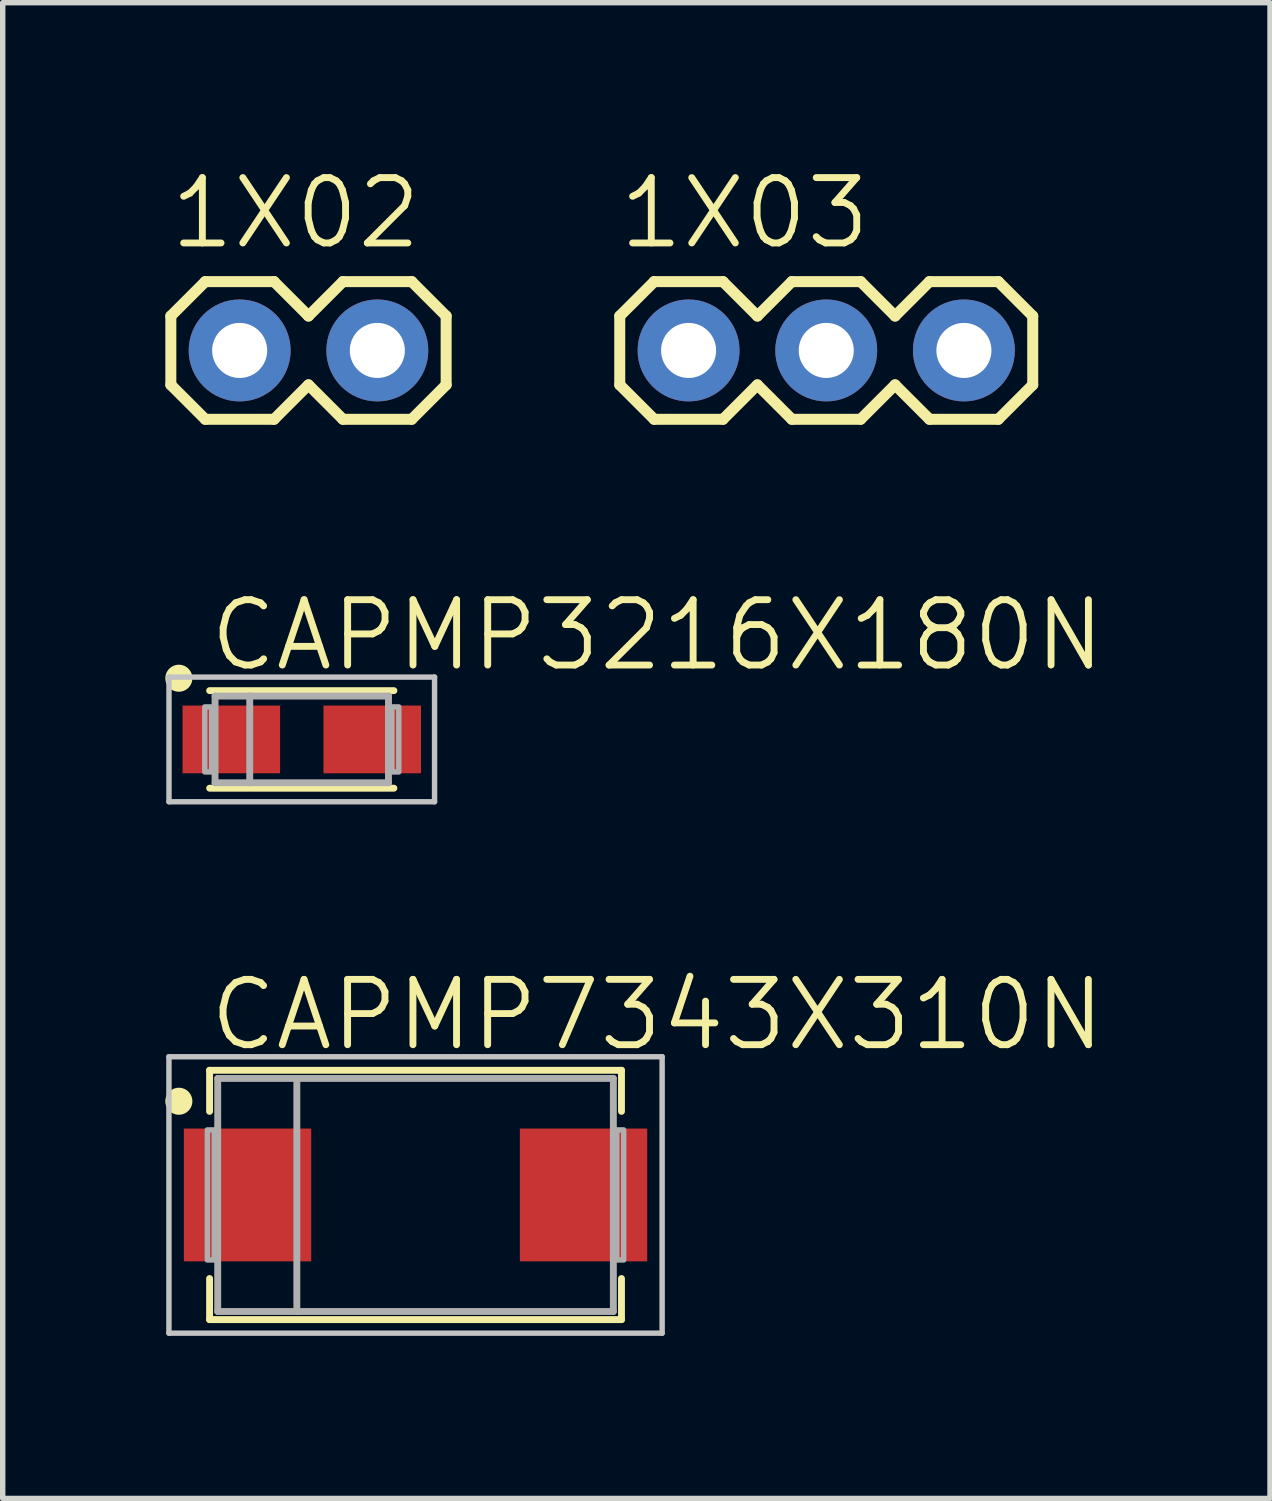
<source format=kicad_pcb>
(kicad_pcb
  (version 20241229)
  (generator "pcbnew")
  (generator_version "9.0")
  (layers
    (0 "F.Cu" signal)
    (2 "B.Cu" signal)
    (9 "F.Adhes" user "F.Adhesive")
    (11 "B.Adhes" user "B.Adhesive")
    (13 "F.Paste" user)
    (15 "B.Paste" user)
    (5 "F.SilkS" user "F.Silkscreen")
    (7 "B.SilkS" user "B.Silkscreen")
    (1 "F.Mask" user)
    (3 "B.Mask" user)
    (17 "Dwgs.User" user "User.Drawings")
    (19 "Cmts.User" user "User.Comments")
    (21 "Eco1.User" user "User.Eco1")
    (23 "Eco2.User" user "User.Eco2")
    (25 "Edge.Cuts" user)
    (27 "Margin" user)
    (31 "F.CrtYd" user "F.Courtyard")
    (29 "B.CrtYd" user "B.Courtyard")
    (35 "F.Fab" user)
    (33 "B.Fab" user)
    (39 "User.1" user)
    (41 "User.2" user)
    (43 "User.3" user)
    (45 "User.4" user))
  (footprint "1X03"
    (layer "F.Cu")
    (at 9.655 3.416)
    (property "Reference" "1X03" (at -1.346 -1.829 0) (layer "F.SilkS") (effects (font (size 1.206 1.206) (thickness 0.127)) (justify left bottom)))
    (attr through_hole)
    (fp_line (start -1.27 -0.635) (end -1.27 0.635) (stroke (width 0.203) (type solid)) (layer "F.SilkS"))
    (fp_line (start -1.27 0.635) (end -0.635 1.27) (stroke (width 0.203) (type solid)) (layer "F.SilkS"))
    (fp_line (start -0.635 -1.27) (end -1.27 -0.635) (stroke (width 0.203) (type solid)) (layer "F.SilkS"))
    (fp_line (start -0.635 -1.27) (end 0.635 -1.27) (stroke (width 0.203) (type solid)) (layer "F.SilkS"))
    (fp_line (start 0.635 -1.27) (end 1.27 -0.635) (stroke (width 0.203) (type solid)) (layer "F.SilkS"))
    (fp_line (start 0.635 1.27) (end -0.635 1.27) (stroke (width 0.203) (type solid)) (layer "F.SilkS"))
    (fp_line (start 1.27 -0.635) (end 1.905 -1.27) (stroke (width 0.203) (type solid)) (layer "F.SilkS"))
    (fp_line (start 1.27 0.635) (end 0.635 1.27) (stroke (width 0.203) (type solid)) (layer "F.SilkS"))
    (fp_line (start 1.905 -1.27) (end 3.175 -1.27) (stroke (width 0.203) (type solid)) (layer "F.SilkS"))
    (fp_line (start 1.905 1.27) (end 1.27 0.635) (stroke (width 0.203) (type solid)) (layer "F.SilkS"))
    (fp_line (start 3.175 -1.27) (end 3.81 -0.635) (stroke (width 0.203) (type solid)) (layer "F.SilkS"))
    (fp_line (start 3.175 1.27) (end 1.905 1.27) (stroke (width 0.203) (type solid)) (layer "F.SilkS"))
    (fp_line (start 3.81 -0.635) (end 4.445 -1.27) (stroke (width 0.203) (type solid)) (layer "F.SilkS"))
    (fp_line (start 3.81 0.635) (end 3.175 1.27) (stroke (width 0.203) (type solid)) (layer "F.SilkS"))
    (fp_line (start 4.445 -1.27) (end 5.715 -1.27) (stroke (width 0.203) (type solid)) (layer "F.SilkS"))
    (fp_line (start 4.445 1.27) (end 3.81 0.635) (stroke (width 0.203) (type solid)) (layer "F.SilkS"))
    (fp_line (start 5.715 -1.27) (end 6.35 -0.635) (stroke (width 0.203) (type solid)) (layer "F.SilkS"))
    (fp_line (start 5.715 1.27) (end 4.445 1.27) (stroke (width 0.203) (type solid)) (layer "F.SilkS"))
    (fp_line (start 6.35 -0.635) (end 6.35 0.635) (stroke (width 0.203) (type solid)) (layer "F.SilkS"))
    (fp_line (start 6.35 0.635) (end 5.715 1.27) (stroke (width 0.203) (type solid)) (layer "F.SilkS"))
    (fp_poly (pts (xy -0.254 0.254) (xy 0.254 0.254) (xy 0.254 -0.254) (xy -0.254 -0.254)) (stroke (width 0.1) (type solid)) (fill no) (layer "F.Fab"))
    (fp_poly (pts (xy 2.286 0.254) (xy 2.794 0.254) (xy 2.794 -0.254) (xy 2.286 -0.254)) (stroke (width 0.1) (type solid)) (fill no) (layer "F.Fab"))
    (fp_poly (pts (xy 4.826 0.254) (xy 5.334 0.254) (xy 5.334 -0.254) (xy 4.826 -0.254)) (stroke (width 0.1) (type solid)) (fill no) (layer "F.Fab"))
    (pad "1" thru_hole circle (at 0 0 90) (size 1.88 1.88) (drill 1.016) (layers "*.Cu" "*.Mask"))
    (pad "2" thru_hole circle (at 2.54 0 90) (size 1.88 1.88) (drill 1.016) (layers "*.Cu" "*.Mask"))
    (pad "3" thru_hole circle (at 5.08 0 90) (size 1.88 1.88) (drill 1.016) (layers "*.Cu" "*.Mask")))
  (footprint "CAPMP7343X310N"
    (layer "F.Cu")
    (at 4.617 18.998)
    (property "Reference" "CAPMP7343X310N" (at -3.864 -2.618 0) (layer "F.SilkS") (effects (font (size 1.206 1.206) (thickness 0.127)) (justify left bottom)))
    (attr through_hole)
    (fp_line (start -3.8 -2.3) (end 3.8 -2.3) (stroke (width 0.127) (type solid)) (layer "F.SilkS"))
    (fp_line (start -3.8 -1.542) (end -3.8 -2.3) (stroke (width 0.127) (type solid)) (layer "F.SilkS"))
    (fp_line (start -3.8 1.542) (end -3.8 2.3) (stroke (width 0.127) (type solid)) (layer "F.SilkS"))
    (fp_line (start -3.8 2.3) (end 3.8 2.3) (stroke (width 0.127) (type solid)) (layer "F.SilkS"))
    (fp_line (start 3.8 -2.3) (end 3.8 -1.542) (stroke (width 0.127) (type solid)) (layer "F.SilkS"))
    (fp_line (start 3.8 2.3) (end 3.8 1.542) (stroke (width 0.127) (type solid)) (layer "F.SilkS"))
    (fp_circle (center -4.367 -1.729) (end -4.117 -1.729) (stroke (width 0) (type solid)) (fill yes) (layer "F.SilkS"))
    (fp_line (start -4.55 -2.55) (end 4.55 -2.55) (stroke (width 0.1) (type solid)) (layer "Dwgs.User"))
    (fp_line (start -4.55 2.55) (end -4.55 -2.55) (stroke (width 0.1) (type solid)) (layer "Dwgs.User"))
    (fp_line (start 4.55 -2.55) (end 4.55 2.55) (stroke (width 0.1) (type solid)) (layer "Dwgs.User"))
    (fp_line (start 4.55 2.55) (end -4.55 2.55) (stroke (width 0.1) (type solid)) (layer "Dwgs.User"))
    (fp_line (start -3.65 -2.15) (end -2.19 -2.15) (stroke (width 0.127) (type solid)) (layer "F.Fab"))
    (fp_line (start -3.65 2.15) (end -3.65 -2.15) (stroke (width 0.127) (type solid)) (layer "F.Fab"))
    (fp_line (start -2.19 -2.15) (end -2.19 2.15) (stroke (width 0.127) (type solid)) (layer "F.Fab"))
    (fp_line (start -2.19 -2.15) (end 3.65 -2.15) (stroke (width 0.127) (type solid)) (layer "F.Fab"))
    (fp_line (start -2.19 2.15) (end -3.65 2.15) (stroke (width 0.127) (type solid)) (layer "F.Fab"))
    (fp_line (start 3.65 -2.15) (end 3.65 2.15) (stroke (width 0.127) (type solid)) (layer "F.Fab"))
    (fp_line (start 3.65 2.15) (end -2.19 2.15) (stroke (width 0.127) (type solid)) (layer "F.Fab"))
    (fp_poly (pts (xy -3.841 1.2) (xy -3.713 1.2) (xy -3.713 -1.2) (xy -3.841 -1.2)) (stroke (width 0.1) (type solid)) (fill no) (layer "F.Fab"))
    (fp_poly (pts (xy 3.713 1.2) (xy 3.841 1.2) (xy 3.841 -1.2) (xy 3.713 -1.2)) (stroke (width 0.1) (type solid)) (fill no) (layer "F.Fab"))
    (pad "+" smd rect (at -3.1 0 90) (size 2.45 2.35) (layers "F.Cu" "F.Mask" "F.Paste"))
    (pad "-" smd rect (at 3.1 0 90) (size 2.45 2.35) (layers "F.Cu" "F.Mask" "F.Paste")))
  (footprint "1X02"
    (layer "F.Cu")
    (at 1.372 3.416)
    (property "Reference" "1X02" (at -1.346 -1.829 0) (layer "F.SilkS") (effects (font (size 1.206 1.206) (thickness 0.127)) (justify left bottom)))
    (attr through_hole)
    (fp_line (start -1.27 -0.635) (end -1.27 0.635) (stroke (width 0.203) (type solid)) (layer "F.SilkS"))
    (fp_line (start -1.27 0.635) (end -0.635 1.27) (stroke (width 0.203) (type solid)) (layer "F.SilkS"))
    (fp_line (start -0.635 -1.27) (end -1.27 -0.635) (stroke (width 0.203) (type solid)) (layer "F.SilkS"))
    (fp_line (start -0.635 -1.27) (end 0.635 -1.27) (stroke (width 0.203) (type solid)) (layer "F.SilkS"))
    (fp_line (start 0.635 -1.27) (end 1.27 -0.635) (stroke (width 0.203) (type solid)) (layer "F.SilkS"))
    (fp_line (start 0.635 1.27) (end -0.635 1.27) (stroke (width 0.203) (type solid)) (layer "F.SilkS"))
    (fp_line (start 1.27 -0.635) (end 1.905 -1.27) (stroke (width 0.203) (type solid)) (layer "F.SilkS"))
    (fp_line (start 1.27 0.635) (end 0.635 1.27) (stroke (width 0.203) (type solid)) (layer "F.SilkS"))
    (fp_line (start 1.905 -1.27) (end 3.175 -1.27) (stroke (width 0.203) (type solid)) (layer "F.SilkS"))
    (fp_line (start 1.905 1.27) (end 1.27 0.635) (stroke (width 0.203) (type solid)) (layer "F.SilkS"))
    (fp_line (start 3.175 -1.27) (end 3.81 -0.635) (stroke (width 0.203) (type solid)) (layer "F.SilkS"))
    (fp_line (start 3.175 1.27) (end 1.905 1.27) (stroke (width 0.203) (type solid)) (layer "F.SilkS"))
    (fp_line (start 3.81 -0.635) (end 3.81 0.635) (stroke (width 0.203) (type solid)) (layer "F.SilkS"))
    (fp_line (start 3.81 0.635) (end 3.175 1.27) (stroke (width 0.203) (type solid)) (layer "F.SilkS"))
    (fp_poly (pts (xy -0.254 0.254) (xy 0.254 0.254) (xy 0.254 -0.254) (xy -0.254 -0.254)) (stroke (width 0.1) (type solid)) (fill no) (layer "F.Fab"))
    (fp_poly (pts (xy 2.286 0.254) (xy 2.794 0.254) (xy 2.794 -0.254) (xy 2.286 -0.254)) (stroke (width 0.1) (type solid)) (fill no) (layer "F.Fab"))
    (pad "1" thru_hole circle (at 0 0 90) (size 1.88 1.88) (drill 1.016) (layers "*.Cu" "*.Mask"))
    (pad "2" thru_hole circle (at 2.54 0 90) (size 1.88 1.88) (drill 1.016) (layers "*.Cu" "*.Mask")))
  (footprint "CAPMP3216X180N"
    (layer "F.Cu")
    (at 2.518 10.593)
    (property "Reference" "CAPMP3216X180N" (at -1.764 -1.218 0) (layer "F.SilkS") (effects (font (size 1.206 1.206) (thickness 0.127)) (justify left bottom)))
    (attr through_hole)
    (fp_line (start -1.7 -0.9) (end 1.7 -0.9) (stroke (width 0.127) (type solid)) (layer "F.SilkS"))
    (fp_line (start -1.7 0.9) (end 1.7 0.9) (stroke (width 0.127) (type solid)) (layer "F.SilkS"))
    (fp_circle (center -2.268 -1.129) (end -2.018 -1.129) (stroke (width 0) (type solid)) (fill yes) (layer "F.SilkS"))
    (fp_line (start -2.45 -1.15) (end 2.45 -1.15) (stroke (width 0.1) (type solid)) (layer "Dwgs.User"))
    (fp_line (start -2.45 1.15) (end -2.45 -1.15) (stroke (width 0.1) (type solid)) (layer "Dwgs.User"))
    (fp_line (start 2.45 -1.15) (end 2.45 1.15) (stroke (width 0.1) (type solid)) (layer "Dwgs.User"))
    (fp_line (start 2.45 1.15) (end -2.45 1.15) (stroke (width 0.1) (type solid)) (layer "Dwgs.User"))
    (fp_line (start -1.6 -0.8) (end -0.96 -0.8) (stroke (width 0.127) (type solid)) (layer "F.Fab"))
    (fp_line (start -1.6 0.8) (end -1.6 -0.8) (stroke (width 0.127) (type solid)) (layer "F.Fab"))
    (fp_line (start -0.96 -0.8) (end -0.96 0.8) (stroke (width 0.127) (type solid)) (layer "F.Fab"))
    (fp_line (start -0.96 -0.8) (end 1.6 -0.8) (stroke (width 0.127) (type solid)) (layer "F.Fab"))
    (fp_line (start -0.96 0.8) (end -1.6 0.8) (stroke (width 0.127) (type solid)) (layer "F.Fab"))
    (fp_line (start 1.6 -0.8) (end 1.6 0.8) (stroke (width 0.127) (type solid)) (layer "F.Fab"))
    (fp_line (start 1.6 0.8) (end -0.96 0.8) (stroke (width 0.127) (type solid)) (layer "F.Fab"))
    (fp_poly (pts (xy -1.79 0.6) (xy -1.663 0.6) (xy -1.663 -0.6) (xy -1.79 -0.6)) (stroke (width 0.1) (type solid)) (fill no) (layer "F.Fab"))
    (fp_poly (pts (xy 1.663 0.6) (xy 1.79 0.6) (xy 1.79 -0.6) (xy 1.663 -0.6)) (stroke (width 0.1) (type solid)) (fill no) (layer "F.Fab"))
    (pad "+" smd rect (at -1.3 0 90) (size 1.25 1.8) (layers "F.Cu" "F.Mask" "F.Paste"))
    (pad "-" smd rect (at 1.3 0 90) (size 1.25 1.8) (layers "F.Cu" "F.Mask" "F.Paste")))
  (gr_rect
    (start -3 -3)
    (end 20.383 24.598)
    (stroke (width 0.1) (type default))
    (fill no)
    (layer "Edge.Cuts")))
</source>
